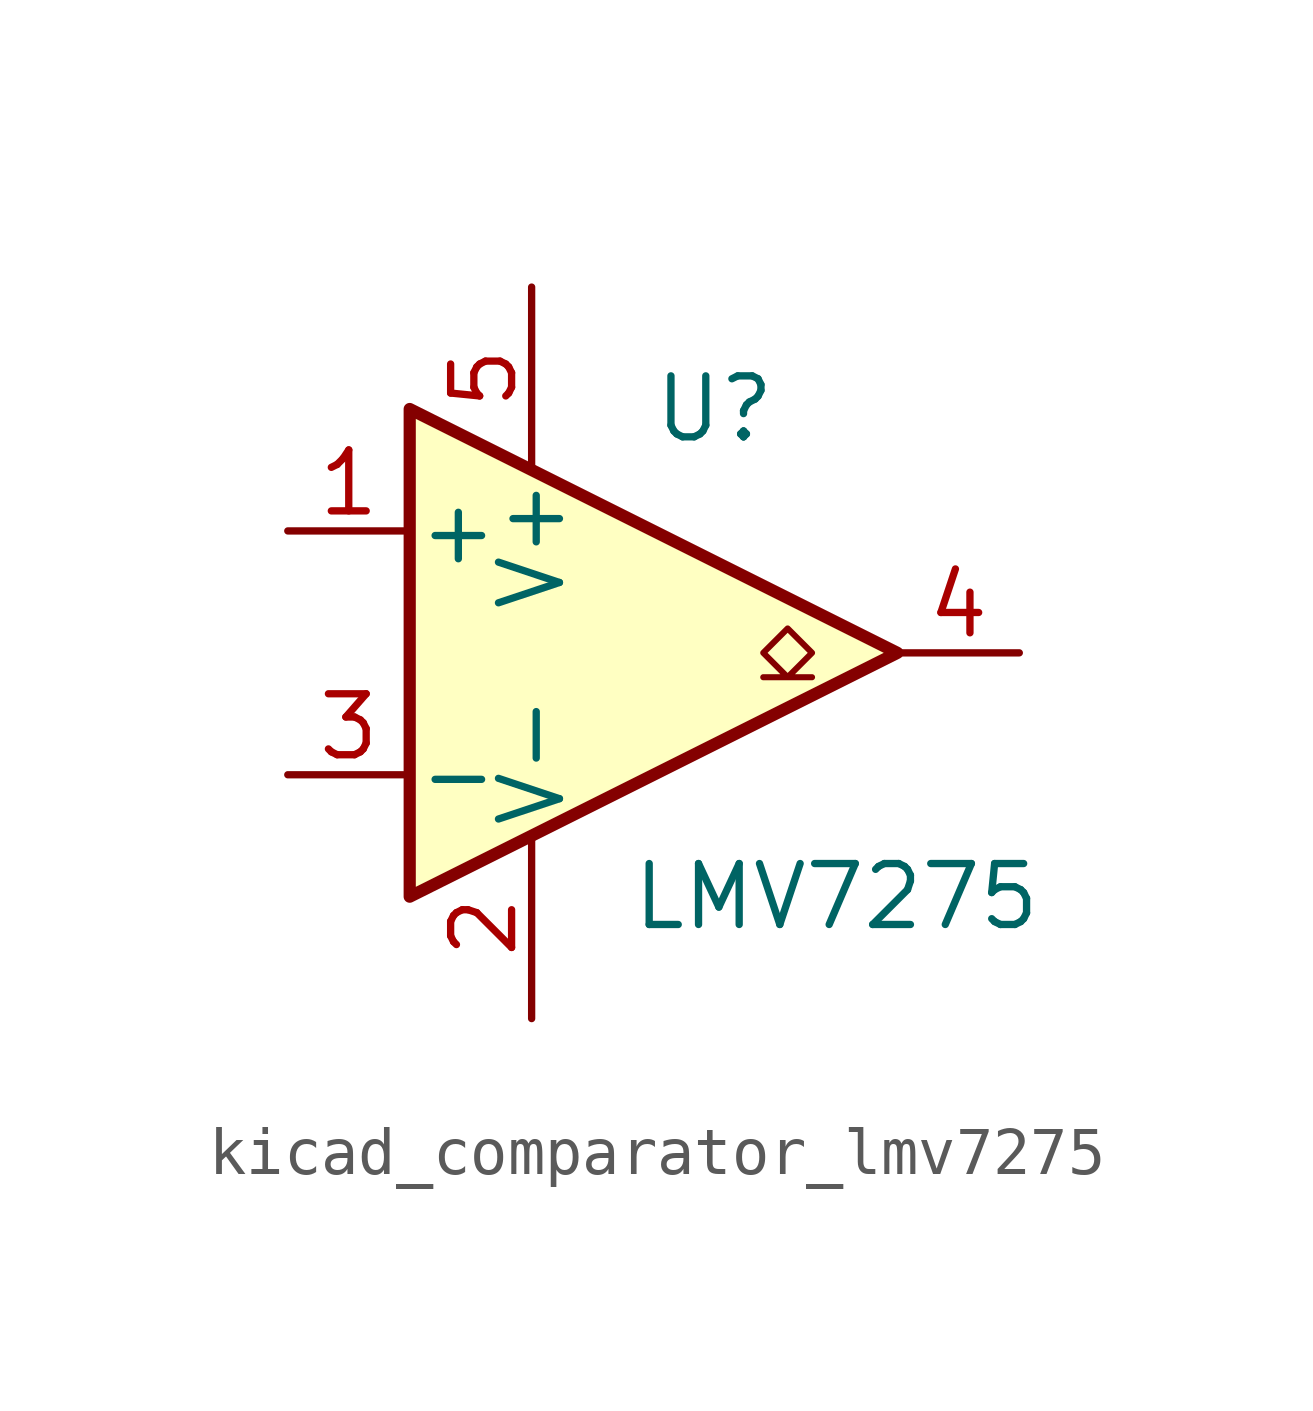
<source format=kicad_sym>
(kicad_symbol_lib
  (version 20220914)
  (generator kicad_symbol_editor)
  (symbol "kicad_comparator_lmv7275"
    (pin_names
      (offset 0.127))
    (property "Reference" "U"
      (at 1.27 5.08 0)
      (effects (font (size 1.27 1.27))))
    (property "Value" "LMV7275"
      (at 3.81 -5.08 0)
      (effects (font (size 1.27 1.27))))
    (symbol "kicad_comparator_lmv7275_0_1"
      (polyline (pts (xy -5.08 5.08) (xy 5.08 0) (xy -5.08 -5.08) (xy -5.08 5.08)) (stroke (width 0.254) (type default)) (fill (type background)))
      (polyline (pts (xy 3.302 -0.508) (xy 2.794 -0.508) (xy 3.302 0) (xy 2.794 0.508) (xy 2.286 0) (xy 2.794 -0.508) (xy 2.286 -0.508)) (stroke (width 0.127) (type default)) (fill (type none))))
    (symbol "kicad_comparator_lmv7275_1_1"
      (pin input line (at -7.62 2.54 0) (length 2.54) (name "+" (effects (font (size 1.27 1.27)))) (number "1" (effects (font (size 1.27 1.27)))))
      (pin power_in line (at -2.54 -7.62 90) (length 3.81) (name "V-" (effects (font (size 1.27 1.27)))) (number "2" (effects (font (size 1.27 1.27)))))
      (pin input line (at -7.62 -2.54 0) (length 2.54) (name "-" (effects (font (size 1.27 1.27)))) (number "3" (effects (font (size 1.27 1.27)))))
      (pin open_collector line (at 7.62 0 180) (length 2.54) (name "~" (effects (font (size 1.27 1.27)))) (number "4" (effects (font (size 1.27 1.27)))))
      (pin power_in line (at -2.54 7.62 270) (length 3.81) (name "V+" (effects (font (size 1.27 1.27)))) (number "5" (effects (font (size 1.27 1.27))))))))
</source>
